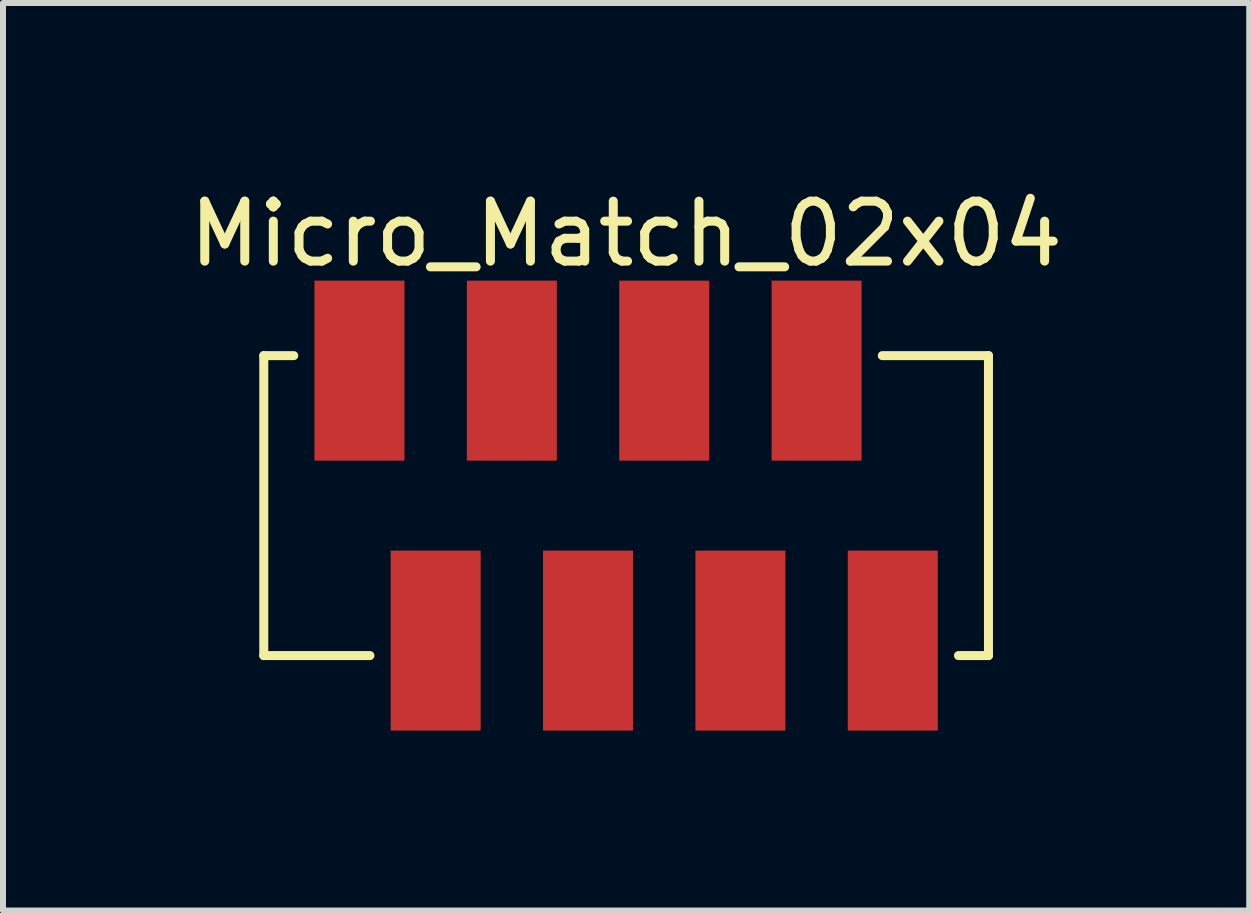
<source format=kicad_pcb>
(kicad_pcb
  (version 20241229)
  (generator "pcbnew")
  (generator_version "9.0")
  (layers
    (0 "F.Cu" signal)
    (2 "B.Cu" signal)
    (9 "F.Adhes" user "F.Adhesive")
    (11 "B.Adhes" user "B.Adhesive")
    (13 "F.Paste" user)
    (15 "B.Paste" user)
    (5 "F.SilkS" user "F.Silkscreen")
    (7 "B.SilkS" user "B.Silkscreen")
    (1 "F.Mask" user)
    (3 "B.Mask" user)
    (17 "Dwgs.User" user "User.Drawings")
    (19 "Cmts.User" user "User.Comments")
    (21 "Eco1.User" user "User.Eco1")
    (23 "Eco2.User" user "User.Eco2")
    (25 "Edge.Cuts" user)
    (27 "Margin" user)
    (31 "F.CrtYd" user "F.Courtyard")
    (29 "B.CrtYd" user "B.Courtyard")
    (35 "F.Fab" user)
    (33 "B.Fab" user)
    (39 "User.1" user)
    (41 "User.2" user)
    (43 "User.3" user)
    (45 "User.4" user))
  (footprint "Micro_Match_02x04"
    (layer "F.Cu")
    (at 7.387 5.378)
    (property "Reference" "Micro_Match_02x04" (at 0 -4.53 0) (layer "F.SilkS") (effects (font (size 1 1) (thickness 0.15))))
    (attr through_hole)
    (fp_line (start -6.04 -2.5) (end -6.04 2.5) (stroke (width 0.15) (type solid)) (layer "F.SilkS"))
    (fp_line (start -6.04 -2.5) (end -5.54 -2.5) (stroke (width 0.15) (type solid)) (layer "F.SilkS"))
    (fp_line (start -6.04 2.5) (end -4.27 2.5) (stroke (width 0.15) (type solid)) (layer "F.SilkS"))
    (fp_line (start 6.04 -2.5) (end 4.27 -2.5) (stroke (width 0.15) (type solid)) (layer "F.SilkS"))
    (fp_line (start 6.04 -2.5) (end 6.04 2.5) (stroke (width 0.15) (type solid)) (layer "F.SilkS"))
    (fp_line (start 6.04 2.5) (end 5.54 2.5) (stroke (width 0.15) (type solid)) (layer "F.SilkS"))
    (pad "1" smd rect (at -3.175 2.25) (size 1.5 3) (layers "F.Cu" "F.Mask" "F.Paste"))
    (pad "2" smd rect (at -4.445 -2.25) (size 1.5 3) (layers "F.Cu" "F.Mask" "F.Paste"))
    (pad "3" smd rect (at -0.635 2.25) (size 1.5 3) (layers "F.Cu" "F.Mask" "F.Paste"))
    (pad "4" smd rect (at -1.905 -2.25) (size 1.5 3) (layers "F.Cu" "F.Mask" "F.Paste"))
    (pad "5" smd rect (at 1.905 2.25) (size 1.5 3) (layers "F.Cu" "F.Mask" "F.Paste"))
    (pad "6" smd rect (at 0.635 -2.25) (size 1.5 3) (layers "F.Cu" "F.Mask" "F.Paste"))
    (pad "7" smd rect (at 4.445 2.25) (size 1.5 3) (layers "F.Cu" "F.Mask" "F.Paste"))
    (pad "8" smd rect (at 3.175 -2.25) (size 1.5 3) (layers "F.Cu" "F.Mask" "F.Paste")))
  (gr_rect
    (start -3 -3)
    (end 17.774 12.128)
    (stroke (width 0.1) (type default))
    (fill no)
    (layer "Edge.Cuts")))
</source>
